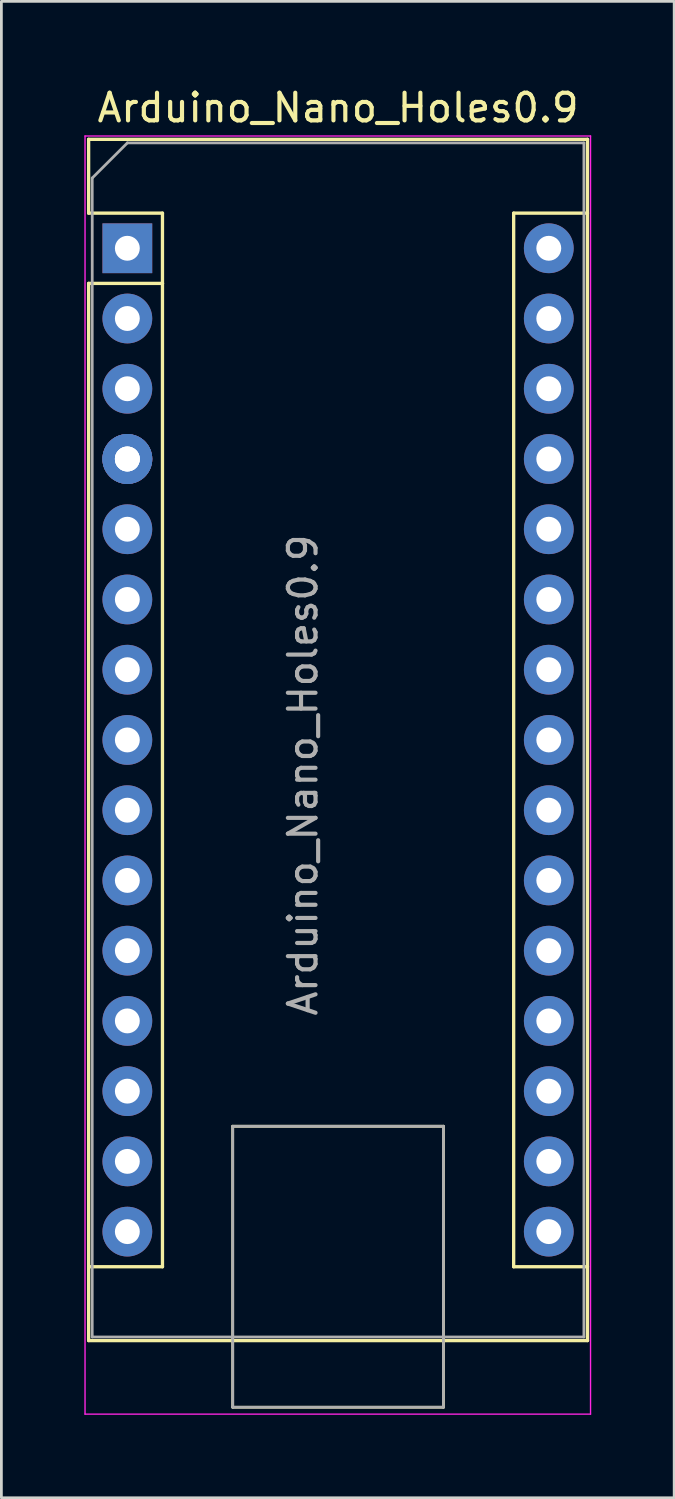
<source format=kicad_pcb>
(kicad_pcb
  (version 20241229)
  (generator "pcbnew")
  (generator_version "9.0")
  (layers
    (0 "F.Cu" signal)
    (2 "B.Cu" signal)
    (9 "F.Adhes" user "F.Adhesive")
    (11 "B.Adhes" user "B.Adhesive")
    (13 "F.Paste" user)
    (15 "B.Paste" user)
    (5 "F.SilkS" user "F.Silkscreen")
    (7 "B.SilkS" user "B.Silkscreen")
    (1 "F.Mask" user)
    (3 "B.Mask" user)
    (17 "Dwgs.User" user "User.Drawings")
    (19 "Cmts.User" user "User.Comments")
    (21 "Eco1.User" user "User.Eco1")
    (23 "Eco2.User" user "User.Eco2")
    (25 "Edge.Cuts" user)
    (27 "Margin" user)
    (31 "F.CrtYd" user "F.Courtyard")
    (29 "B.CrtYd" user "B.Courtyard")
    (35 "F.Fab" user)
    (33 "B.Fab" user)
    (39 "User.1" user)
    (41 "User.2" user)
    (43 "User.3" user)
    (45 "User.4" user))
  (footprint "Arduino_Nano_Holes0.9"
    (layer "F.Cu")
    (at 1.555 5.928)
    (property "Reference" "Arduino_Nano_Holes0.9" (at 7.62 -5.08 0) (layer "F.SilkS") (effects (font (size 1 1) (thickness 0.15))))
    (attr through_hole)
    (fp_line (start -1.4 -3.94) (end -1.4 -1.27) (stroke (width 0.12) (type solid)) (layer "F.SilkS"))
    (fp_line (start -1.4 1.27) (end -1.4 39.5) (stroke (width 0.12) (type solid)) (layer "F.SilkS"))
    (fp_line (start -1.4 39.5) (end 16.64 39.5) (stroke (width 0.12) (type solid)) (layer "F.SilkS"))
    (fp_line (start 1.27 -1.27) (end -1.4 -1.27) (stroke (width 0.12) (type solid)) (layer "F.SilkS"))
    (fp_line (start 1.27 1.27) (end -1.4 1.27) (stroke (width 0.12) (type solid)) (layer "F.SilkS"))
    (fp_line (start 1.27 1.27) (end 1.27 -1.27) (stroke (width 0.12) (type solid)) (layer "F.SilkS"))
    (fp_line (start 1.27 1.27) (end 1.27 36.83) (stroke (width 0.12) (type solid)) (layer "F.SilkS"))
    (fp_line (start 1.27 36.83) (end -1.4 36.83) (stroke (width 0.12) (type solid)) (layer "F.SilkS"))
    (fp_line (start 3.81 31.75) (end 11.43 31.75) (stroke (width 0.1) (type solid)) (layer "F.SilkS"))
    (fp_line (start 3.81 41.91) (end 3.81 31.75) (stroke (width 0.1) (type solid)) (layer "F.SilkS"))
    (fp_line (start 11.43 31.75) (end 11.43 41.91) (stroke (width 0.1) (type solid)) (layer "F.SilkS"))
    (fp_line (start 11.43 41.91) (end 3.81 41.91) (stroke (width 0.1) (type solid)) (layer "F.SilkS"))
    (fp_line (start 13.97 -1.27) (end 13.97 36.83) (stroke (width 0.12) (type solid)) (layer "F.SilkS"))
    (fp_line (start 13.97 -1.27) (end 16.64 -1.27) (stroke (width 0.12) (type solid)) (layer "F.SilkS"))
    (fp_line (start 13.97 36.83) (end 16.64 36.83) (stroke (width 0.12) (type solid)) (layer "F.SilkS"))
    (fp_line (start 16.64 -3.94) (end -1.4 -3.94) (stroke (width 0.12) (type solid)) (layer "F.SilkS"))
    (fp_line (start 16.64 39.5) (end 16.64 -3.94) (stroke (width 0.12) (type solid)) (layer "F.SilkS"))
    (fp_line (start -1.53 -4.06) (end -1.53 42.16) (stroke (width 0.05) (type solid)) (layer "F.CrtYd"))
    (fp_line (start -1.53 -4.06) (end 16.75 -4.06) (stroke (width 0.05) (type solid)) (layer "F.CrtYd"))
    (fp_line (start 16.75 42.16) (end -1.53 42.16) (stroke (width 0.05) (type solid)) (layer "F.CrtYd"))
    (fp_line (start 16.75 42.16) (end 16.75 -4.06) (stroke (width 0.05) (type solid)) (layer "F.CrtYd"))
    (fp_line (start -1.27 -2.54) (end 0 -3.81) (stroke (width 0.1) (type solid)) (layer "F.Fab"))
    (fp_line (start -1.27 39.37) (end -1.27 -2.54) (stroke (width 0.1) (type solid)) (layer "F.Fab"))
    (fp_line (start 0 -3.81) (end 16.51 -3.81) (stroke (width 0.1) (type solid)) (layer "F.Fab"))
    (fp_line (start 3.81 31.75) (end 11.43 31.75) (stroke (width 0.1) (type solid)) (layer "F.Fab"))
    (fp_line (start 3.81 41.91) (end 3.81 31.75) (stroke (width 0.1) (type solid)) (layer "F.Fab"))
    (fp_line (start 11.43 31.75) (end 11.43 41.91) (stroke (width 0.1) (type solid)) (layer "F.Fab"))
    (fp_line (start 11.43 41.91) (end 3.81 41.91) (stroke (width 0.1) (type solid)) (layer "F.Fab"))
    (fp_line (start 16.51 -3.81) (end 16.51 39.37) (stroke (width 0.1) (type solid)) (layer "F.Fab"))
    (fp_line (start 16.51 39.37) (end -1.27 39.37) (stroke (width 0.1) (type solid)) (layer "F.Fab"))
    (fp_text user "${REFERENCE}" (at 6.35 19.05 90) (layer "F.Fab") (effects (font (size 1 1) (thickness 0.15))))
    (pad "1" thru_hole rect (at 0 0) (size 1.8 1.8) (drill 0.9) (layers "*.Cu" "*.Mask"))
    (pad "2" thru_hole oval (at 0 2.54) (size 1.8 1.8) (drill 0.9) (layers "*.Cu" "*.Mask"))
    (pad "3" thru_hole oval (at 0 5.08) (size 1.8 1.8) (drill 0.9) (layers "*.Cu" "*.Mask"))
    (pad "4" thru_hole oval (at 0 7.62) (size 1.8 1.8) (drill 0.9) (layers "*.Cu" "*.Mask"))
    (pad "4" thru_hole oval (at 0 7.62) (size 1.8 1.8) (drill 0.9) (layers "*.Cu" "*.Mask"))
    (pad "4" thru_hole oval (at 0 7.62) (size 1.8 1.8) (drill 0.9) (layers "*.Cu" "*.Mask"))
    (pad "5" thru_hole oval (at 0 10.16) (size 1.8 1.8) (drill 0.9) (layers "*.Cu" "*.Mask"))
    (pad "6" thru_hole oval (at 0 12.7) (size 1.8 1.8) (drill 0.9) (layers "*.Cu" "*.Mask"))
    (pad "7" thru_hole oval (at 0 15.24) (size 1.8 1.8) (drill 0.9) (layers "*.Cu" "*.Mask"))
    (pad "8" thru_hole oval (at 0 17.78) (size 1.8 1.8) (drill 0.9) (layers "*.Cu" "*.Mask"))
    (pad "9" thru_hole oval (at 0 20.32) (size 1.8 1.8) (drill 0.9) (layers "*.Cu" "*.Mask"))
    (pad "10" thru_hole oval (at 0 22.86) (size 1.8 1.8) (drill 0.9) (layers "*.Cu" "*.Mask"))
    (pad "11" thru_hole oval (at 0 25.4) (size 1.8 1.8) (drill 0.9) (layers "*.Cu" "*.Mask"))
    (pad "12" thru_hole oval (at 0 27.94) (size 1.8 1.8) (drill 0.9) (layers "*.Cu" "*.Mask"))
    (pad "13" thru_hole oval (at 0 30.48) (size 1.8 1.8) (drill 0.9) (layers "*.Cu" "*.Mask"))
    (pad "14" thru_hole oval (at 0 33.02) (size 1.8 1.8) (drill 0.9) (layers "*.Cu" "*.Mask"))
    (pad "15" thru_hole oval (at 0 35.56) (size 1.8 1.8) (drill 0.9) (layers "*.Cu" "*.Mask"))
    (pad "16" thru_hole oval (at 15.24 35.56) (size 1.8 1.8) (drill 0.9) (layers "*.Cu" "*.Mask"))
    (pad "17" thru_hole oval (at 15.24 33.02) (size 1.8 1.8) (drill 0.9) (layers "*.Cu" "*.Mask"))
    (pad "18" thru_hole oval (at 15.24 30.48) (size 1.8 1.8) (drill 0.9) (layers "*.Cu" "*.Mask"))
    (pad "19" thru_hole oval (at 15.24 27.94) (size 1.8 1.8) (drill 0.9) (layers "*.Cu" "*.Mask"))
    (pad "20" thru_hole oval (at 15.24 25.4) (size 1.8 1.8) (drill 0.9) (layers "*.Cu" "*.Mask"))
    (pad "21" thru_hole oval (at 15.24 22.86) (size 1.8 1.8) (drill 0.9) (layers "*.Cu" "*.Mask"))
    (pad "22" thru_hole oval (at 15.24 20.32) (size 1.8 1.8) (drill 0.9) (layers "*.Cu" "*.Mask"))
    (pad "23" thru_hole oval (at 15.24 17.78) (size 1.8 1.8) (drill 0.9) (layers "*.Cu" "*.Mask"))
    (pad "24" thru_hole oval (at 15.24 15.24) (size 1.8 1.8) (drill 0.9) (layers "*.Cu" "*.Mask"))
    (pad "25" thru_hole oval (at 15.24 12.7) (size 1.8 1.8) (drill 0.9) (layers "*.Cu" "*.Mask"))
    (pad "26" thru_hole oval (at 15.24 10.16) (size 1.8 1.8) (drill 0.9) (layers "*.Cu" "*.Mask"))
    (pad "27" thru_hole oval (at 15.24 7.62) (size 1.8 1.8) (drill 0.9) (layers "*.Cu" "*.Mask"))
    (pad "28" thru_hole oval (at 15.24 5.08) (size 1.8 1.8) (drill 0.9) (layers "*.Cu" "*.Mask"))
    (pad "29" thru_hole oval (at 15.24 2.54) (size 1.8 1.8) (drill 0.9) (layers "*.Cu" "*.Mask"))
    (pad "30" thru_hole oval (at 15.24 0) (size 1.8 1.8) (drill 0.9) (layers "*.Cu" "*.Mask")))
  (gr_rect
    (start -3 -3)
    (end 21.33 51.113)
    (stroke (width 0.1) (type default))
    (fill no)
    (layer "Edge.Cuts")))
</source>
